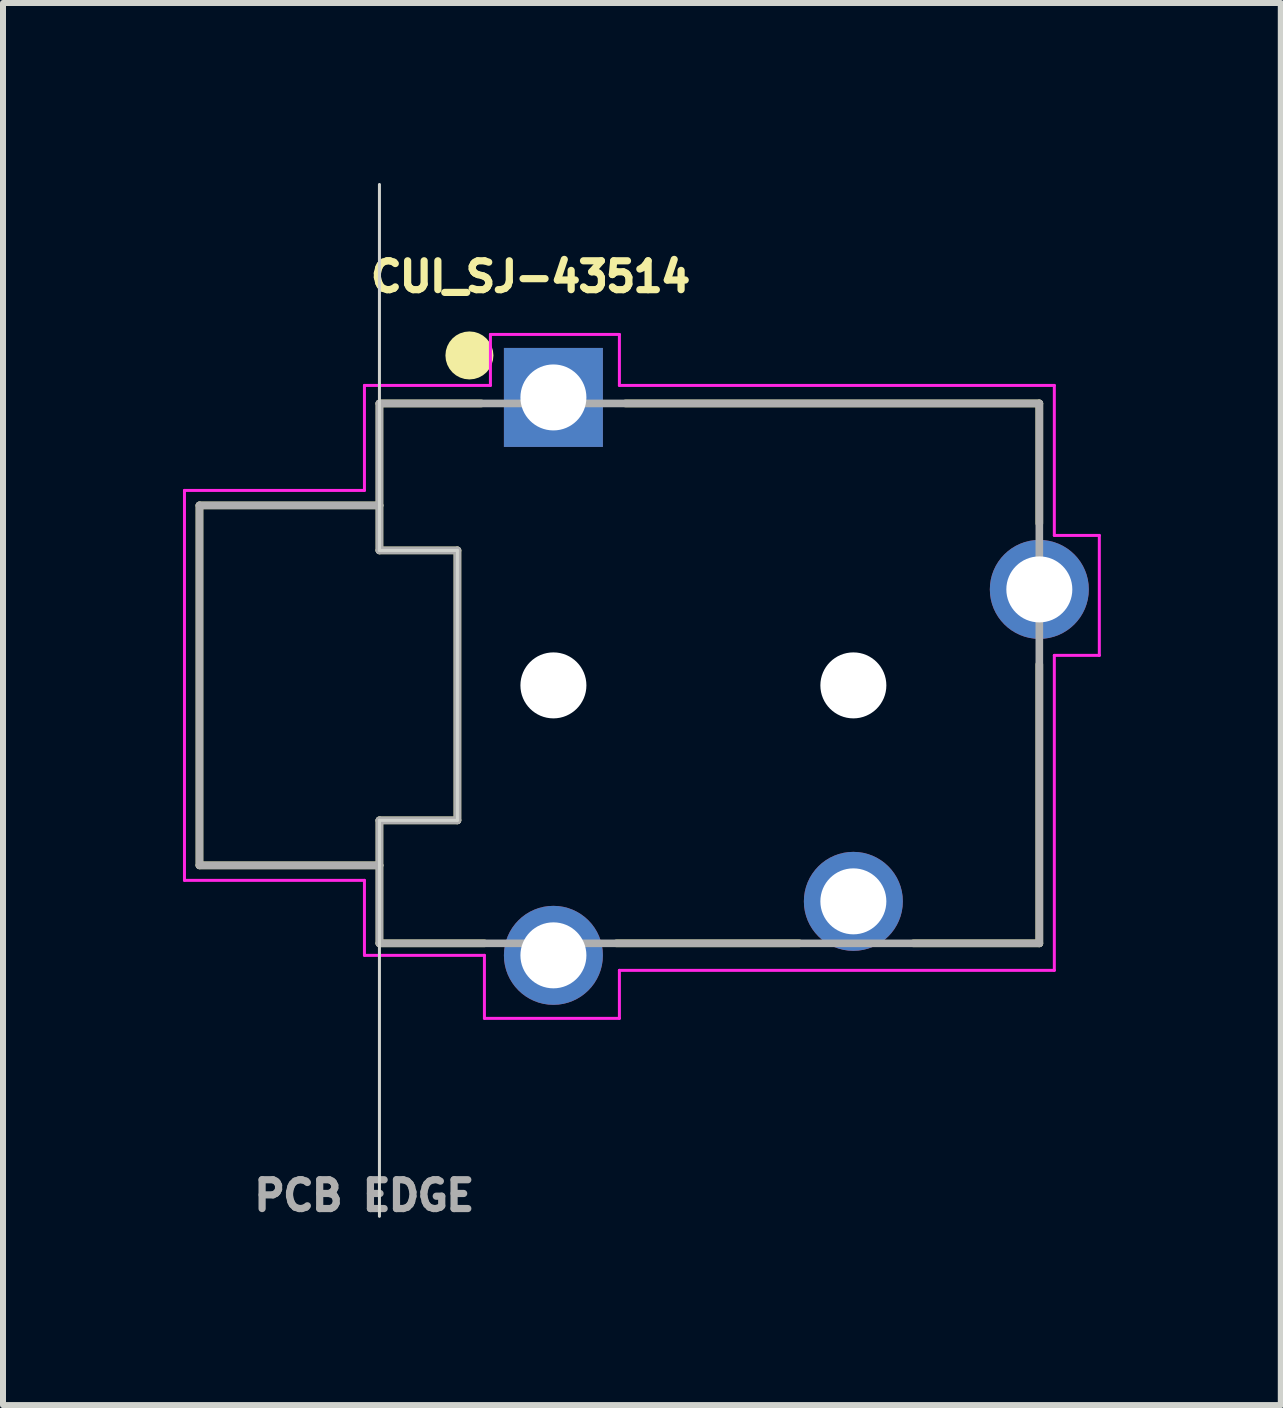
<source format=kicad_pcb>
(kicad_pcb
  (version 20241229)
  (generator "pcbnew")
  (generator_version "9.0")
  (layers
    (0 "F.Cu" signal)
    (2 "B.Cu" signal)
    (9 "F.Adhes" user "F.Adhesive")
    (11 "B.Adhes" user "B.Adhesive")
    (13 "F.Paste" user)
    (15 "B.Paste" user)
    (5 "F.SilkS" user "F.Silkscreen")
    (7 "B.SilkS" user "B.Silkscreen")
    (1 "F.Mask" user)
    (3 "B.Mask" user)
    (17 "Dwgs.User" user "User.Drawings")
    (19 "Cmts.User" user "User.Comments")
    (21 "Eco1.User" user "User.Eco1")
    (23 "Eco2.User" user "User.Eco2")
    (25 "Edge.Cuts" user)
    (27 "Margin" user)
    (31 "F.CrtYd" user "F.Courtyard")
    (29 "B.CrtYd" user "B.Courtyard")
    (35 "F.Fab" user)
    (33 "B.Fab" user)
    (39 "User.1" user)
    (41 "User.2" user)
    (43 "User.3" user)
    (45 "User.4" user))
  (footprint "CUI_SJ-43514"
    (layer "F.Cu")
    (at 8.775 8.375)
    (property "Reference" "CUI_SJ-43514" (at -2.98 -6.813 0) (layer "F.SilkS") (effects (font (size 0.481 0.481) (thickness 0.15))))
    (attr through_hole)
    (fp_line (start -8.5 -3) (end -5.5 -3) (stroke (width 0.127) (type solid)) (layer "F.SilkS"))
    (fp_line (start -8.5 3) (end -8.5 -3) (stroke (width 0.127) (type solid)) (layer "F.SilkS"))
    (fp_line (start -5.5 -4.7) (end -5.5 -3) (stroke (width 0.127) (type solid)) (layer "F.SilkS"))
    (fp_line (start -5.5 -3) (end -5.5 -2.25) (stroke (width 0.127) (type solid)) (layer "F.SilkS"))
    (fp_line (start -5.5 -2.25) (end -4.2 -2.25) (stroke (width 0.127) (type solid)) (layer "F.SilkS"))
    (fp_line (start -5.5 2.25) (end -5.5 3) (stroke (width 0.127) (type solid)) (layer "F.SilkS"))
    (fp_line (start -5.5 3) (end -8.5 3) (stroke (width 0.127) (type solid)) (layer "F.SilkS"))
    (fp_line (start -5.5 3) (end -5.5 4.3) (stroke (width 0.127) (type solid)) (layer "F.SilkS"))
    (fp_line (start -5.5 4.3) (end -3.75 4.3) (stroke (width 0.127) (type solid)) (layer "F.SilkS"))
    (fp_line (start -4.2 -2.25) (end -4.2 2.25) (stroke (width 0.127) (type solid)) (layer "F.SilkS"))
    (fp_line (start -4.2 2.25) (end -5.5 2.25) (stroke (width 0.127) (type solid)) (layer "F.SilkS"))
    (fp_line (start -3.8 -4.7) (end -5.5 -4.7) (stroke (width 0.127) (type solid)) (layer "F.SilkS"))
    (fp_line (start -1.4 -4.7) (end 5.5 -4.7) (stroke (width 0.127) (type solid)) (layer "F.SilkS"))
    (fp_line (start 1.5 4.3) (end -1.55 4.3) (stroke (width 0.127) (type solid)) (layer "F.SilkS"))
    (fp_line (start 5.5 -4.7) (end 5.5 -2.7) (stroke (width 0.127) (type solid)) (layer "F.SilkS"))
    (fp_line (start 5.5 -0.35) (end 5.5 4.3) (stroke (width 0.127) (type solid)) (layer "F.SilkS"))
    (fp_line (start 5.5 4.3) (end 3.4 4.3) (stroke (width 0.127) (type solid)) (layer "F.SilkS"))
    (fp_circle (center -4 -5.5) (end -3.8 -5.5) (stroke (width 0.4) (type solid)) (fill no) (layer "F.SilkS"))
    (fp_line (start -5.5 -8.35) (end -5.5 -2.25) (stroke (width 0.05) (type solid)) (layer "Edge.Cuts"))
    (fp_line (start -5.5 -2.25) (end -4.2 -2.25) (stroke (width 0.05) (type solid)) (layer "Edge.Cuts"))
    (fp_line (start -5.5 2.25) (end -5.5 8.85) (stroke (width 0.05) (type solid)) (layer "Edge.Cuts"))
    (fp_line (start -4.2 -2.25) (end -4.2 2.25) (stroke (width 0.05) (type solid)) (layer "Edge.Cuts"))
    (fp_line (start -4.2 2.25) (end -5.5 2.25) (stroke (width 0.05) (type solid)) (layer "Edge.Cuts"))
    (fp_line (start -8.75 -3.25) (end -5.75 -3.25) (stroke (width 0.05) (type solid)) (layer "F.CrtYd"))
    (fp_line (start -8.75 3.25) (end -8.75 -3.25) (stroke (width 0.05) (type solid)) (layer "F.CrtYd"))
    (fp_line (start -5.75 -5) (end -3.65 -5) (stroke (width 0.05) (type solid)) (layer "F.CrtYd"))
    (fp_line (start -5.75 -3.25) (end -5.75 -5) (stroke (width 0.05) (type solid)) (layer "F.CrtYd"))
    (fp_line (start -5.75 3.25) (end -8.75 3.25) (stroke (width 0.05) (type solid)) (layer "F.CrtYd"))
    (fp_line (start -5.75 4.5) (end -5.75 3.25) (stroke (width 0.05) (type solid)) (layer "F.CrtYd"))
    (fp_line (start -3.75 4.5) (end -5.75 4.5) (stroke (width 0.05) (type solid)) (layer "F.CrtYd"))
    (fp_line (start -3.75 5.55) (end -3.75 4.5) (stroke (width 0.05) (type solid)) (layer "F.CrtYd"))
    (fp_line (start -3.65 -5.85) (end -1.5 -5.85) (stroke (width 0.05) (type solid)) (layer "F.CrtYd"))
    (fp_line (start -3.65 -5) (end -3.65 -5.85) (stroke (width 0.05) (type solid)) (layer "F.CrtYd"))
    (fp_line (start -1.5 -5.85) (end -1.5 -5) (stroke (width 0.05) (type solid)) (layer "F.CrtYd"))
    (fp_line (start -1.5 -5) (end 5.75 -5) (stroke (width 0.05) (type solid)) (layer "F.CrtYd"))
    (fp_line (start -1.5 4.75) (end -1.5 5.55) (stroke (width 0.05) (type solid)) (layer "F.CrtYd"))
    (fp_line (start -1.5 5.55) (end -3.75 5.55) (stroke (width 0.05) (type solid)) (layer "F.CrtYd"))
    (fp_line (start 5.75 -5) (end 5.75 -2.5) (stroke (width 0.05) (type solid)) (layer "F.CrtYd"))
    (fp_line (start 5.75 -2.5) (end 6.5 -2.5) (stroke (width 0.05) (type solid)) (layer "F.CrtYd"))
    (fp_line (start 5.75 -0.5) (end 5.75 4.75) (stroke (width 0.05) (type solid)) (layer "F.CrtYd"))
    (fp_line (start 5.75 4.75) (end -1.5 4.75) (stroke (width 0.05) (type solid)) (layer "F.CrtYd"))
    (fp_line (start 6.5 -2.5) (end 6.5 -0.5) (stroke (width 0.05) (type solid)) (layer "F.CrtYd"))
    (fp_line (start 6.5 -0.5) (end 5.75 -0.5) (stroke (width 0.05) (type solid)) (layer "F.CrtYd"))
    (fp_line (start -8.5 -3) (end -8.5 3) (stroke (width 0.127) (type solid)) (layer "F.Fab"))
    (fp_line (start -8.5 3) (end -5.5 3) (stroke (width 0.127) (type solid)) (layer "F.Fab"))
    (fp_line (start -5.5 -4.7) (end -5.5 -3) (stroke (width 0.127) (type solid)) (layer "F.Fab"))
    (fp_line (start -5.5 -4.7) (end 5.5 -4.7) (stroke (width 0.127) (type solid)) (layer "F.Fab"))
    (fp_line (start -5.5 -3) (end -8.5 -3) (stroke (width 0.127) (type solid)) (layer "F.Fab"))
    (fp_line (start -5.5 -3) (end -5.5 -2.25) (stroke (width 0.127) (type solid)) (layer "F.Fab"))
    (fp_line (start -5.5 -2.25) (end -4.2 -2.25) (stroke (width 0.127) (type solid)) (layer "F.Fab"))
    (fp_line (start -5.5 2.25) (end -5.5 3) (stroke (width 0.127) (type solid)) (layer "F.Fab"))
    (fp_line (start -5.5 3) (end -5.5 4.3) (stroke (width 0.127) (type solid)) (layer "F.Fab"))
    (fp_line (start -5.5 4.3) (end 5.5 4.3) (stroke (width 0.127) (type solid)) (layer "F.Fab"))
    (fp_line (start -4.2 -2.25) (end -4.2 2.25) (stroke (width 0.127) (type solid)) (layer "F.Fab"))
    (fp_line (start -4.2 2.25) (end -5.5 2.25) (stroke (width 0.127) (type solid)) (layer "F.Fab"))
    (fp_line (start 5.5 -4.7) (end 5.5 4.3) (stroke (width 0.127) (type solid)) (layer "F.Fab"))
    (fp_text user "PCB EDGE" (at -5.753 8.505 0) (layer "F.Fab") (effects (font (size 0.48 0.48) (thickness 0.15))))
    (pad "" np_thru_hole circle (at -2.6 0) (size 1.1 1.1) (drill 1.1) (layers "*.Cu" "*.Mask"))
    (pad "" np_thru_hole circle (at 2.4 0) (size 1.1 1.1) (drill 1.1) (layers "*.Cu" "*.Mask"))
    (pad "1" thru_hole rect (at -2.6 -4.8) (size 1.65 1.65) (drill 1.1) (layers "*.Cu" "*.Mask"))
    (pad "2" thru_hole circle (at 2.4 3.6) (size 1.65 1.65) (drill 1.1) (layers "*.Cu" "*.Mask"))
    (pad "3" thru_hole circle (at 5.5 -1.6) (size 1.65 1.65) (drill 1.1) (layers "*.Cu" "*.Mask"))
    (pad "4" thru_hole circle (at -2.6 4.5) (size 1.65 1.65) (drill 1.1) (layers "*.Cu" "*.Mask")))
  (gr_rect
    (start -3 -3)
    (end 18.3 20.372)
    (stroke (width 0.1) (type default))
    (fill no)
    (layer "Edge.Cuts")))
</source>
